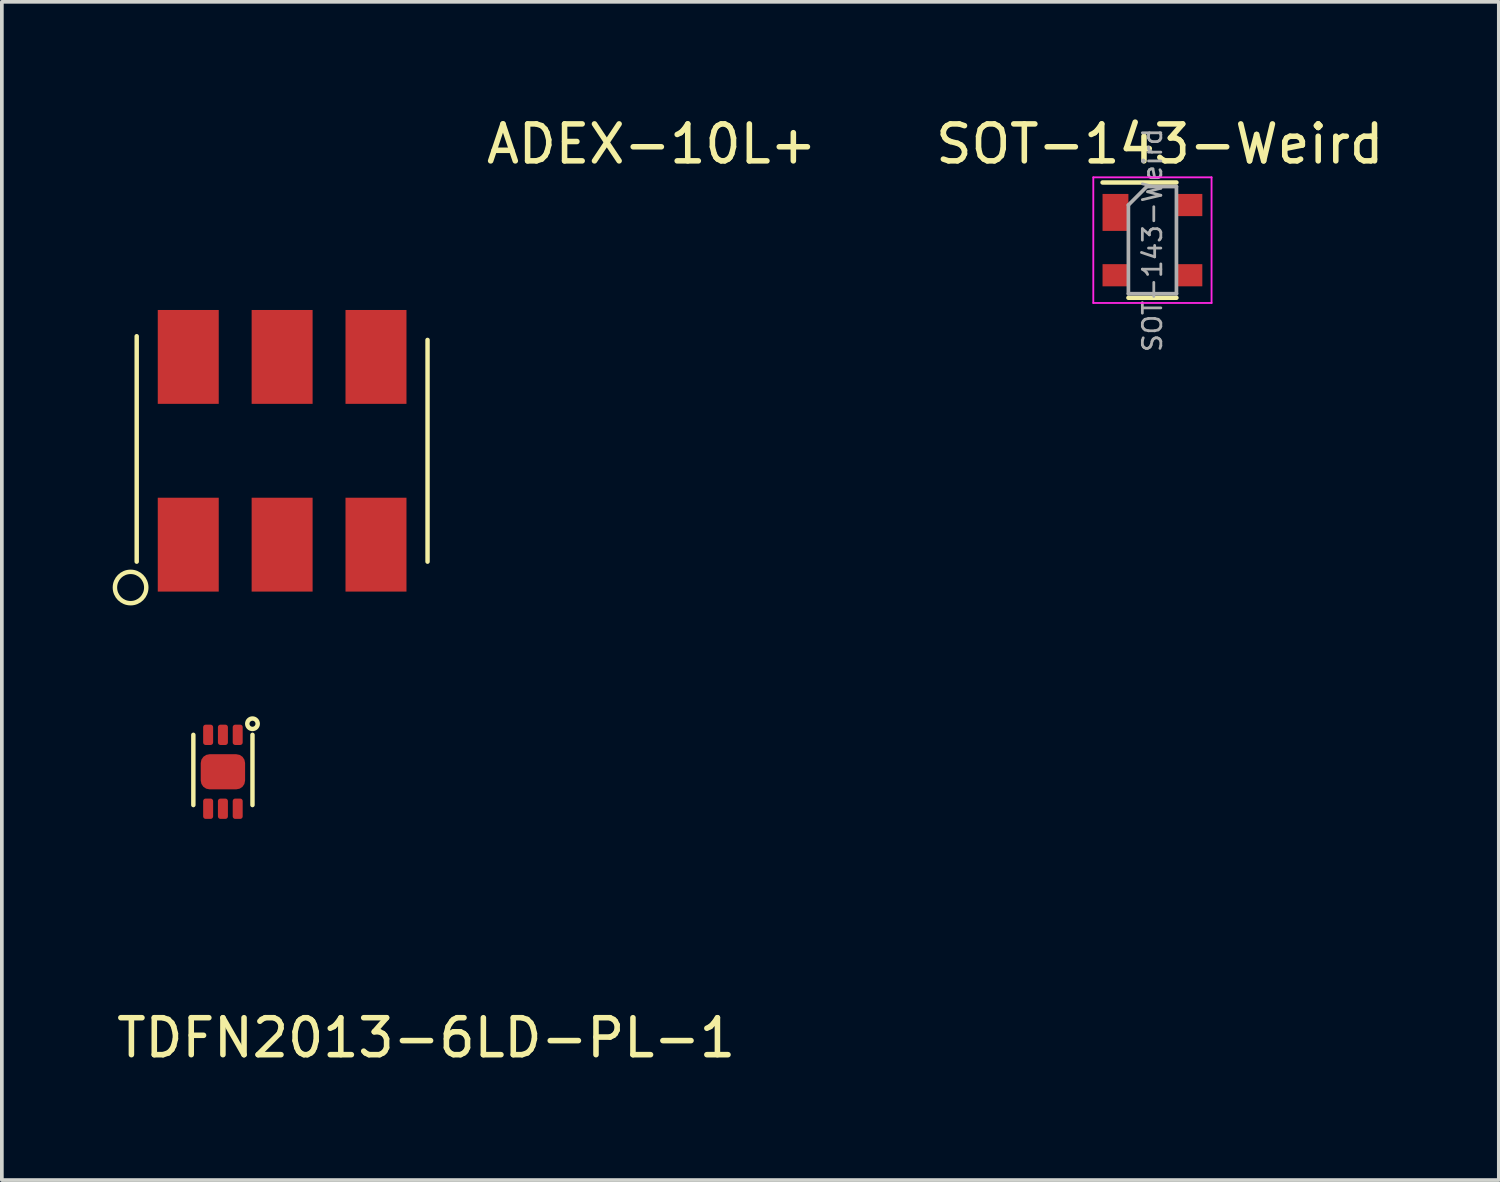
<source format=kicad_pcb>
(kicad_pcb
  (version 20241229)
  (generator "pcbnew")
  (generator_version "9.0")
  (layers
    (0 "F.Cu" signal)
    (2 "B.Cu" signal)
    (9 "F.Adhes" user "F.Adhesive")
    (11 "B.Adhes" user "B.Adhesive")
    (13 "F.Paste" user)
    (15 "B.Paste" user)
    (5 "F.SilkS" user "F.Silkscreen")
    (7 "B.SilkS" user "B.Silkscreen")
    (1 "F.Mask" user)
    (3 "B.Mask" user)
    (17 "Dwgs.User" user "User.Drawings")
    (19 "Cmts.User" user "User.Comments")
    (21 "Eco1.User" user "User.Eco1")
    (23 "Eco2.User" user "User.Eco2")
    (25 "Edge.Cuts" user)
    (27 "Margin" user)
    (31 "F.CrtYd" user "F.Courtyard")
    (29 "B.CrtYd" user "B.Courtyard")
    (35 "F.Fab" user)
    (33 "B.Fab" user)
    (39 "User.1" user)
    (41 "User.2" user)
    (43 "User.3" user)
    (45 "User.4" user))
  (footprint "TDFN2013-6LD-PL-1"
    (layer "F.Cu")
    (at 2.982 17.834)
    (property "Reference" "TDFN2013-6LD-PL-1" (at 5.5 7.2 0) (unlocked yes) (layer "F.SilkS") (effects (font (size 1 1) (thickness 0.15))))
    (attr smd)
    (fp_line (start -0.8 -1) (end -0.8 0.9) (stroke (width 0.12) (type solid)) (layer "F.SilkS"))
    (fp_line (start 0.8 -1) (end 0.8 0.9) (stroke (width 0.12) (type solid)) (layer "F.SilkS"))
    (fp_circle (center 0.8 -1.3) (end 0.9 -1.2) (stroke (width 0.12) (type solid)) (fill no) (layer "F.SilkS"))
    (pad "0" smd roundrect (at 0 0) (size 1.2 0.95) (layers "F.Cu" "F.Mask" "F.Paste") (roundrect_rratio 0.25))
    (pad "1" smd roundrect (at 0.4 -1) (size 0.27 0.55) (layers "F.Cu" "F.Mask" "F.Paste") (roundrect_rratio 0.25))
    (pad "2" smd roundrect (at 0 -1) (size 0.27 0.55) (layers "F.Cu" "F.Mask" "F.Paste") (roundrect_rratio 0.25))
    (pad "3" smd roundrect (at -0.4 -1) (size 0.27 0.55) (layers "F.Cu" "F.Mask" "F.Paste") (roundrect_rratio 0.25))
    (pad "4" smd roundrect (at -0.4 1) (size 0.27 0.55) (layers "F.Cu" "F.Mask" "F.Paste") (roundrect_rratio 0.25))
    (pad "5" smd roundrect (at 0 1) (size 0.27 0.55) (layers "F.Cu" "F.Mask" "F.Paste") (roundrect_rratio 0.25))
    (pad "6" smd roundrect (at 0.4 1) (size 0.27 0.55) (layers "F.Cu" "F.Mask" "F.Paste") (roundrect_rratio 0.25)))
  (footprint "ADEX-10L+"
    (layer "F.Cu")
    (at 4.584 9.148)
    (property "Reference" "ADEX-10L+" (at 10 -8.3 0) (unlocked yes) (layer "F.SilkS") (effects (font (size 1 1) (thickness 0.15))))
    (attr smd)
    (fp_line (start -3.935 -3.1) (end -3.935 3) (stroke (width 0.12) (type solid)) (layer "F.SilkS"))
    (fp_line (start 3.935 -3) (end 3.935 3) (stroke (width 0.12) (type solid)) (layer "F.SilkS"))
    (fp_circle (center -4.1 3.7) (end -3.8 4) (stroke (width 0.12) (type solid)) (fill no) (layer "F.SilkS"))
    (pad "1" smd rect (at -2.54 2.54) (size 1.65 2.54) (layers "F.Cu" "F.Mask" "F.Paste"))
    (pad "2" smd rect (at 0 2.54) (size 1.65 2.54) (layers "F.Cu" "F.Mask" "F.Paste"))
    (pad "3" smd rect (at 2.54 2.54) (size 1.65 2.54) (layers "F.Cu" "F.Mask" "F.Paste"))
    (pad "4" smd rect (at 2.54 -2.54) (size 1.65 2.54) (layers "F.Cu" "F.Mask" "F.Paste"))
    (pad "5" smd rect (at 0 -2.54) (size 1.65 2.54) (layers "F.Cu" "F.Mask" "F.Paste"))
    (pad "6" smd rect (at -2.54 -2.54) (size 1.65 2.54) (layers "F.Cu" "F.Mask" "F.Paste")))
  (footprint "SOT-143-Weird"
    (layer "F.Cu")
    (at 28.134 3.448)
    (property "Reference" "SOT-143-Weird" (at 0.2 -2.6 0) (unlocked yes) (layer "F.SilkS") (effects (font (size 1 1) (thickness 0.15))))
    (attr smd)
    (fp_line (start -0.65 1.56) (end 0.65 1.56) (stroke (width 0.12) (type solid)) (layer "F.SilkS"))
    (fp_line (start 0.65 -1.56) (end -1.35 -1.56) (stroke (width 0.12) (type solid)) (layer "F.SilkS"))
    (fp_line (start -1.6 1.7) (end -1.6 -1.7) (stroke (width 0.05) (type solid)) (layer "F.CrtYd"))
    (fp_line (start -1.6 1.7) (end 1.6 1.7) (stroke (width 0.05) (type solid)) (layer "F.CrtYd"))
    (fp_line (start 1.6 -1.7) (end -1.6 -1.7) (stroke (width 0.05) (type solid)) (layer "F.CrtYd"))
    (fp_line (start 1.6 -1.7) (end 1.6 1.7) (stroke (width 0.05) (type solid)) (layer "F.CrtYd"))
    (fp_line (start -0.65 -0.95) (end -0.15 -1.45) (stroke (width 0.1) (type solid)) (layer "F.Fab"))
    (fp_line (start -0.65 1.45) (end -0.65 -0.95) (stroke (width 0.1) (type solid)) (layer "F.Fab"))
    (fp_line (start -0.15 -1.45) (end 0.65 -1.45) (stroke (width 0.1) (type solid)) (layer "F.Fab"))
    (fp_line (start 0.65 -1.45) (end 0.65 1.45) (stroke (width 0.1) (type solid)) (layer "F.Fab"))
    (fp_line (start 0.65 1.45) (end -0.65 1.45) (stroke (width 0.1) (type solid)) (layer "F.Fab"))
    (fp_text user "${REFERENCE}" (at 0 0 90) (layer "F.Fab") (effects (font (size 0.5 0.5) (thickness 0.075))))
    (pad "1" smd rect (at 1 0.95) (size 0.7 0.6) (layers "F.Cu" "F.Mask" "F.Paste"))
    (pad "2" smd rect (at -1 0.95) (size 0.7 0.6) (layers "F.Cu" "F.Mask" "F.Paste"))
    (pad "3" smd rect (at -1 -0.75) (size 0.7 1) (layers "F.Cu" "F.Mask" "F.Paste"))
    (pad "4" smd rect (at 1 -0.95) (size 0.7 0.6) (layers "F.Cu" "F.Mask" "F.Paste")))
  (gr_rect
    (start -3 -3)
    (end 37.507 28.882)
    (stroke (width 0.1) (type default))
    (fill no)
    (layer "Edge.Cuts")))
</source>
